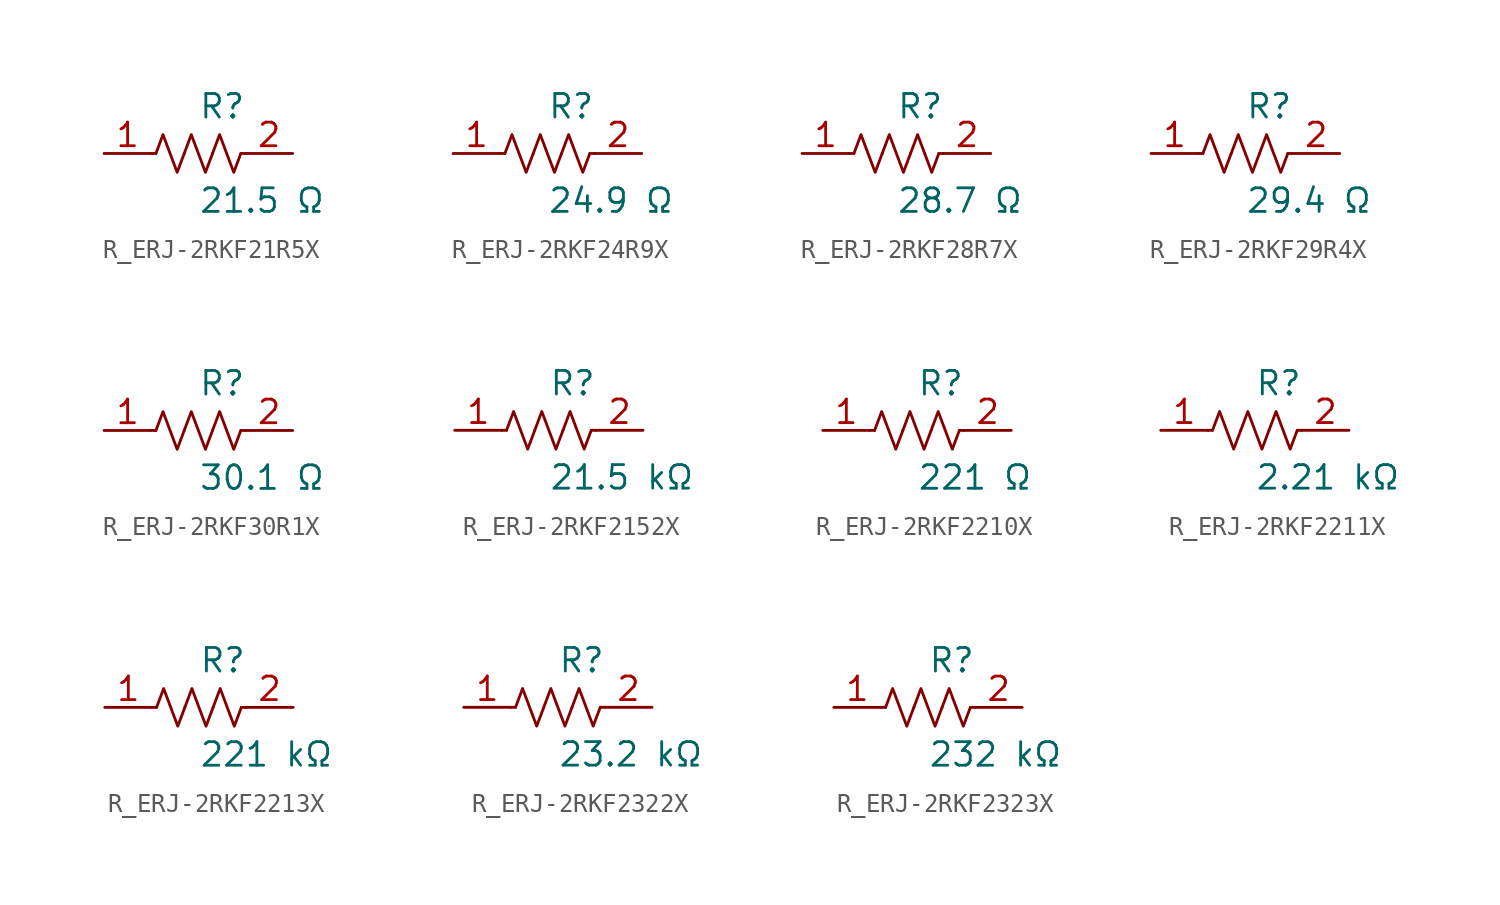
<source format=kicad_sym>
(kicad_symbol_lib
  (version 20231120)
  (generator kicad_symbol_editor)
  (generator_version 8.0)
  (symbol "R_ERJ-2RKF21R5X"
    (pin_names
      (offset 0.254))
    (property "Reference" "R"
      (at 0.0 2.54 0)
      (effects (font (size 1.27 1.27)) (justify left)))
    (property "Value" "21.5 Ω"
      (at 0.0 -2.54 0)
      (effects (font (size 1.27 1.27)) (justify left)))
    (symbol "R_ERJ-2RKF21R5X_0_1"
      (polyline (pts (xy 2.286 0) (xy 2.54 0)) (stroke (width 0) (type default)) (fill (type none)))
      (polyline (pts (xy -2.286 0) (xy -2.54 0)) (stroke (width 0) (type default)) (fill (type none)))
      (polyline (pts (xy 0.762 0) (xy 1.143 1.016) (xy 1.524 0) (xy 1.905 -1.016) (xy 2.286 0)) (stroke (width 0) (type default)) (fill (type none)))
      (polyline (pts (xy -0.762 0) (xy -0.381 1.016) (xy 0 0) (xy 0.381 -1.016) (xy 0.762 0)) (stroke (width 0) (type default)) (fill (type none)))
      (polyline (pts (xy -2.286 0) (xy -1.905 1.016) (xy -1.524 0) (xy -1.143 -1.016) (xy -0.762 0)) (stroke (width 0) (type default)) (fill (type none))))
    (pin unspecified line
      (at -5.08 0 0)
      (length 2.54)
      (name "" (effects (font (size 1.27 1.27))))
      (number "1" (effects (font (size 1.27 1.27)))))
    (pin unspecified line
      (at 5.08 0 180)
      (length 2.54)
      (name "" (effects (font (size 1.27 1.27))))
      (number "2" (effects (font (size 1.27 1.27))))))
  (symbol "R_ERJ-2RKF24R9X"
    (pin_names
      (offset 0.254))
    (property "Reference" "R"
      (at 0.0 2.54 0)
      (effects (font (size 1.27 1.27)) (justify left)))
    (property "Value" "24.9 Ω"
      (at 0.0 -2.54 0)
      (effects (font (size 1.27 1.27)) (justify left)))
    (symbol "R_ERJ-2RKF24R9X_0_1"
      (polyline (pts (xy 2.286 0) (xy 2.54 0)) (stroke (width 0) (type default)) (fill (type none)))
      (polyline (pts (xy -2.286 0) (xy -2.54 0)) (stroke (width 0) (type default)) (fill (type none)))
      (polyline (pts (xy 0.762 0) (xy 1.143 1.016) (xy 1.524 0) (xy 1.905 -1.016) (xy 2.286 0)) (stroke (width 0) (type default)) (fill (type none)))
      (polyline (pts (xy -0.762 0) (xy -0.381 1.016) (xy 0 0) (xy 0.381 -1.016) (xy 0.762 0)) (stroke (width 0) (type default)) (fill (type none)))
      (polyline (pts (xy -2.286 0) (xy -1.905 1.016) (xy -1.524 0) (xy -1.143 -1.016) (xy -0.762 0)) (stroke (width 0) (type default)) (fill (type none))))
    (pin unspecified line
      (at -5.08 0 0)
      (length 2.54)
      (name "" (effects (font (size 1.27 1.27))))
      (number "1" (effects (font (size 1.27 1.27)))))
    (pin unspecified line
      (at 5.08 0 180)
      (length 2.54)
      (name "" (effects (font (size 1.27 1.27))))
      (number "2" (effects (font (size 1.27 1.27))))))
  (symbol "R_ERJ-2RKF28R7X"
    (pin_names
      (offset 0.254))
    (property "Reference" "R"
      (at 0.0 2.54 0)
      (effects (font (size 1.27 1.27)) (justify left)))
    (property "Value" "28.7 Ω"
      (at 0.0 -2.54 0)
      (effects (font (size 1.27 1.27)) (justify left)))
    (symbol "R_ERJ-2RKF28R7X_0_1"
      (polyline (pts (xy 2.286 0) (xy 2.54 0)) (stroke (width 0) (type default)) (fill (type none)))
      (polyline (pts (xy -2.286 0) (xy -2.54 0)) (stroke (width 0) (type default)) (fill (type none)))
      (polyline (pts (xy 0.762 0) (xy 1.143 1.016) (xy 1.524 0) (xy 1.905 -1.016) (xy 2.286 0)) (stroke (width 0) (type default)) (fill (type none)))
      (polyline (pts (xy -0.762 0) (xy -0.381 1.016) (xy 0 0) (xy 0.381 -1.016) (xy 0.762 0)) (stroke (width 0) (type default)) (fill (type none)))
      (polyline (pts (xy -2.286 0) (xy -1.905 1.016) (xy -1.524 0) (xy -1.143 -1.016) (xy -0.762 0)) (stroke (width 0) (type default)) (fill (type none))))
    (pin unspecified line
      (at -5.08 0 0)
      (length 2.54)
      (name "" (effects (font (size 1.27 1.27))))
      (number "1" (effects (font (size 1.27 1.27)))))
    (pin unspecified line
      (at 5.08 0 180)
      (length 2.54)
      (name "" (effects (font (size 1.27 1.27))))
      (number "2" (effects (font (size 1.27 1.27))))))
  (symbol "R_ERJ-2RKF29R4X"
    (pin_names
      (offset 0.254))
    (property "Reference" "R"
      (at 0.0 2.54 0)
      (effects (font (size 1.27 1.27)) (justify left)))
    (property "Value" "29.4 Ω"
      (at 0.0 -2.54 0)
      (effects (font (size 1.27 1.27)) (justify left)))
    (symbol "R_ERJ-2RKF29R4X_0_1"
      (polyline (pts (xy 2.286 0) (xy 2.54 0)) (stroke (width 0) (type default)) (fill (type none)))
      (polyline (pts (xy -2.286 0) (xy -2.54 0)) (stroke (width 0) (type default)) (fill (type none)))
      (polyline (pts (xy 0.762 0) (xy 1.143 1.016) (xy 1.524 0) (xy 1.905 -1.016) (xy 2.286 0)) (stroke (width 0) (type default)) (fill (type none)))
      (polyline (pts (xy -0.762 0) (xy -0.381 1.016) (xy 0 0) (xy 0.381 -1.016) (xy 0.762 0)) (stroke (width 0) (type default)) (fill (type none)))
      (polyline (pts (xy -2.286 0) (xy -1.905 1.016) (xy -1.524 0) (xy -1.143 -1.016) (xy -0.762 0)) (stroke (width 0) (type default)) (fill (type none))))
    (pin unspecified line
      (at -5.08 0 0)
      (length 2.54)
      (name "" (effects (font (size 1.27 1.27))))
      (number "1" (effects (font (size 1.27 1.27)))))
    (pin unspecified line
      (at 5.08 0 180)
      (length 2.54)
      (name "" (effects (font (size 1.27 1.27))))
      (number "2" (effects (font (size 1.27 1.27))))))
  (symbol "R_ERJ-2RKF30R1X"
    (pin_names
      (offset 0.254))
    (property "Reference" "R"
      (at 0.0 2.54 0)
      (effects (font (size 1.27 1.27)) (justify left)))
    (property "Value" "30.1 Ω"
      (at 0.0 -2.54 0)
      (effects (font (size 1.27 1.27)) (justify left)))
    (symbol "R_ERJ-2RKF30R1X_0_1"
      (polyline (pts (xy 2.286 0) (xy 2.54 0)) (stroke (width 0) (type default)) (fill (type none)))
      (polyline (pts (xy -2.286 0) (xy -2.54 0)) (stroke (width 0) (type default)) (fill (type none)))
      (polyline (pts (xy 0.762 0) (xy 1.143 1.016) (xy 1.524 0) (xy 1.905 -1.016) (xy 2.286 0)) (stroke (width 0) (type default)) (fill (type none)))
      (polyline (pts (xy -0.762 0) (xy -0.381 1.016) (xy 0 0) (xy 0.381 -1.016) (xy 0.762 0)) (stroke (width 0) (type default)) (fill (type none)))
      (polyline (pts (xy -2.286 0) (xy -1.905 1.016) (xy -1.524 0) (xy -1.143 -1.016) (xy -0.762 0)) (stroke (width 0) (type default)) (fill (type none))))
    (pin unspecified line
      (at -5.08 0 0)
      (length 2.54)
      (name "" (effects (font (size 1.27 1.27))))
      (number "1" (effects (font (size 1.27 1.27)))))
    (pin unspecified line
      (at 5.08 0 180)
      (length 2.54)
      (name "" (effects (font (size 1.27 1.27))))
      (number "2" (effects (font (size 1.27 1.27))))))
  (symbol "R_ERJ-2RKF2152X"
    (pin_names
      (offset 0.254))
    (property "Reference" "R"
      (at 0.0 2.54 0)
      (effects (font (size 1.27 1.27)) (justify left)))
    (property "Value" "21.5 kΩ"
      (at 0.0 -2.54 0)
      (effects (font (size 1.27 1.27)) (justify left)))
    (symbol "R_ERJ-2RKF2152X_0_1"
      (polyline (pts (xy 2.286 0) (xy 2.54 0)) (stroke (width 0) (type default)) (fill (type none)))
      (polyline (pts (xy -2.286 0) (xy -2.54 0)) (stroke (width 0) (type default)) (fill (type none)))
      (polyline (pts (xy 0.762 0) (xy 1.143 1.016) (xy 1.524 0) (xy 1.905 -1.016) (xy 2.286 0)) (stroke (width 0) (type default)) (fill (type none)))
      (polyline (pts (xy -0.762 0) (xy -0.381 1.016) (xy 0 0) (xy 0.381 -1.016) (xy 0.762 0)) (stroke (width 0) (type default)) (fill (type none)))
      (polyline (pts (xy -2.286 0) (xy -1.905 1.016) (xy -1.524 0) (xy -1.143 -1.016) (xy -0.762 0)) (stroke (width 0) (type default)) (fill (type none))))
    (pin unspecified line
      (at -5.08 0 0)
      (length 2.54)
      (name "" (effects (font (size 1.27 1.27))))
      (number "1" (effects (font (size 1.27 1.27)))))
    (pin unspecified line
      (at 5.08 0 180)
      (length 2.54)
      (name "" (effects (font (size 1.27 1.27))))
      (number "2" (effects (font (size 1.27 1.27))))))
  (symbol "R_ERJ-2RKF2210X"
    (pin_names
      (offset 0.254))
    (property "Reference" "R"
      (at 0.0 2.54 0)
      (effects (font (size 1.27 1.27)) (justify left)))
    (property "Value" "221 Ω"
      (at 0.0 -2.54 0)
      (effects (font (size 1.27 1.27)) (justify left)))
    (symbol "R_ERJ-2RKF2210X_0_1"
      (polyline (pts (xy 2.286 0) (xy 2.54 0)) (stroke (width 0) (type default)) (fill (type none)))
      (polyline (pts (xy -2.286 0) (xy -2.54 0)) (stroke (width 0) (type default)) (fill (type none)))
      (polyline (pts (xy 0.762 0) (xy 1.143 1.016) (xy 1.524 0) (xy 1.905 -1.016) (xy 2.286 0)) (stroke (width 0) (type default)) (fill (type none)))
      (polyline (pts (xy -0.762 0) (xy -0.381 1.016) (xy 0 0) (xy 0.381 -1.016) (xy 0.762 0)) (stroke (width 0) (type default)) (fill (type none)))
      (polyline (pts (xy -2.286 0) (xy -1.905 1.016) (xy -1.524 0) (xy -1.143 -1.016) (xy -0.762 0)) (stroke (width 0) (type default)) (fill (type none))))
    (pin unspecified line
      (at -5.08 0 0)
      (length 2.54)
      (name "" (effects (font (size 1.27 1.27))))
      (number "1" (effects (font (size 1.27 1.27)))))
    (pin unspecified line
      (at 5.08 0 180)
      (length 2.54)
      (name "" (effects (font (size 1.27 1.27))))
      (number "2" (effects (font (size 1.27 1.27))))))
  (symbol "R_ERJ-2RKF2211X"
    (pin_names
      (offset 0.254))
    (property "Reference" "R"
      (at 0.0 2.54 0)
      (effects (font (size 1.27 1.27)) (justify left)))
    (property "Value" "2.21 kΩ"
      (at 0.0 -2.54 0)
      (effects (font (size 1.27 1.27)) (justify left)))
    (symbol "R_ERJ-2RKF2211X_0_1"
      (polyline (pts (xy 2.286 0) (xy 2.54 0)) (stroke (width 0) (type default)) (fill (type none)))
      (polyline (pts (xy -2.286 0) (xy -2.54 0)) (stroke (width 0) (type default)) (fill (type none)))
      (polyline (pts (xy 0.762 0) (xy 1.143 1.016) (xy 1.524 0) (xy 1.905 -1.016) (xy 2.286 0)) (stroke (width 0) (type default)) (fill (type none)))
      (polyline (pts (xy -0.762 0) (xy -0.381 1.016) (xy 0 0) (xy 0.381 -1.016) (xy 0.762 0)) (stroke (width 0) (type default)) (fill (type none)))
      (polyline (pts (xy -2.286 0) (xy -1.905 1.016) (xy -1.524 0) (xy -1.143 -1.016) (xy -0.762 0)) (stroke (width 0) (type default)) (fill (type none))))
    (pin unspecified line
      (at -5.08 0 0)
      (length 2.54)
      (name "" (effects (font (size 1.27 1.27))))
      (number "1" (effects (font (size 1.27 1.27)))))
    (pin unspecified line
      (at 5.08 0 180)
      (length 2.54)
      (name "" (effects (font (size 1.27 1.27))))
      (number "2" (effects (font (size 1.27 1.27))))))
  (symbol "R_ERJ-2RKF2213X"
    (pin_names
      (offset 0.254))
    (property "Reference" "R"
      (at 0.0 2.54 0)
      (effects (font (size 1.27 1.27)) (justify left)))
    (property "Value" "221 kΩ"
      (at 0.0 -2.54 0)
      (effects (font (size 1.27 1.27)) (justify left)))
    (symbol "R_ERJ-2RKF2213X_0_1"
      (polyline (pts (xy 2.286 0) (xy 2.54 0)) (stroke (width 0) (type default)) (fill (type none)))
      (polyline (pts (xy -2.286 0) (xy -2.54 0)) (stroke (width 0) (type default)) (fill (type none)))
      (polyline (pts (xy 0.762 0) (xy 1.143 1.016) (xy 1.524 0) (xy 1.905 -1.016) (xy 2.286 0)) (stroke (width 0) (type default)) (fill (type none)))
      (polyline (pts (xy -0.762 0) (xy -0.381 1.016) (xy 0 0) (xy 0.381 -1.016) (xy 0.762 0)) (stroke (width 0) (type default)) (fill (type none)))
      (polyline (pts (xy -2.286 0) (xy -1.905 1.016) (xy -1.524 0) (xy -1.143 -1.016) (xy -0.762 0)) (stroke (width 0) (type default)) (fill (type none))))
    (pin unspecified line
      (at -5.08 0 0)
      (length 2.54)
      (name "" (effects (font (size 1.27 1.27))))
      (number "1" (effects (font (size 1.27 1.27)))))
    (pin unspecified line
      (at 5.08 0 180)
      (length 2.54)
      (name "" (effects (font (size 1.27 1.27))))
      (number "2" (effects (font (size 1.27 1.27))))))
  (symbol "R_ERJ-2RKF2322X"
    (pin_names
      (offset 0.254))
    (property "Reference" "R"
      (at 0.0 2.54 0)
      (effects (font (size 1.27 1.27)) (justify left)))
    (property "Value" "23.2 kΩ"
      (at 0.0 -2.54 0)
      (effects (font (size 1.27 1.27)) (justify left)))
    (symbol "R_ERJ-2RKF2322X_0_1"
      (polyline (pts (xy 2.286 0) (xy 2.54 0)) (stroke (width 0) (type default)) (fill (type none)))
      (polyline (pts (xy -2.286 0) (xy -2.54 0)) (stroke (width 0) (type default)) (fill (type none)))
      (polyline (pts (xy 0.762 0) (xy 1.143 1.016) (xy 1.524 0) (xy 1.905 -1.016) (xy 2.286 0)) (stroke (width 0) (type default)) (fill (type none)))
      (polyline (pts (xy -0.762 0) (xy -0.381 1.016) (xy 0 0) (xy 0.381 -1.016) (xy 0.762 0)) (stroke (width 0) (type default)) (fill (type none)))
      (polyline (pts (xy -2.286 0) (xy -1.905 1.016) (xy -1.524 0) (xy -1.143 -1.016) (xy -0.762 0)) (stroke (width 0) (type default)) (fill (type none))))
    (pin unspecified line
      (at -5.08 0 0)
      (length 2.54)
      (name "" (effects (font (size 1.27 1.27))))
      (number "1" (effects (font (size 1.27 1.27)))))
    (pin unspecified line
      (at 5.08 0 180)
      (length 2.54)
      (name "" (effects (font (size 1.27 1.27))))
      (number "2" (effects (font (size 1.27 1.27))))))
  (symbol "R_ERJ-2RKF2323X"
    (pin_names
      (offset 0.254))
    (property "Reference" "R"
      (at 0.0 2.54 0)
      (effects (font (size 1.27 1.27)) (justify left)))
    (property "Value" "232 kΩ"
      (at 0.0 -2.54 0)
      (effects (font (size 1.27 1.27)) (justify left)))
    (symbol "R_ERJ-2RKF2323X_0_1"
      (polyline (pts (xy 2.286 0) (xy 2.54 0)) (stroke (width 0) (type default)) (fill (type none)))
      (polyline (pts (xy -2.286 0) (xy -2.54 0)) (stroke (width 0) (type default)) (fill (type none)))
      (polyline (pts (xy 0.762 0) (xy 1.143 1.016) (xy 1.524 0) (xy 1.905 -1.016) (xy 2.286 0)) (stroke (width 0) (type default)) (fill (type none)))
      (polyline (pts (xy -0.762 0) (xy -0.381 1.016) (xy 0 0) (xy 0.381 -1.016) (xy 0.762 0)) (stroke (width 0) (type default)) (fill (type none)))
      (polyline (pts (xy -2.286 0) (xy -1.905 1.016) (xy -1.524 0) (xy -1.143 -1.016) (xy -0.762 0)) (stroke (width 0) (type default)) (fill (type none))))
    (pin unspecified line
      (at -5.08 0 0)
      (length 2.54)
      (name "" (effects (font (size 1.27 1.27))))
      (number "1" (effects (font (size 1.27 1.27)))))
    (pin unspecified line
      (at 5.08 0 180)
      (length 2.54)
      (name "" (effects (font (size 1.27 1.27))))
      (number "2" (effects (font (size 1.27 1.27)))))))
</source>
